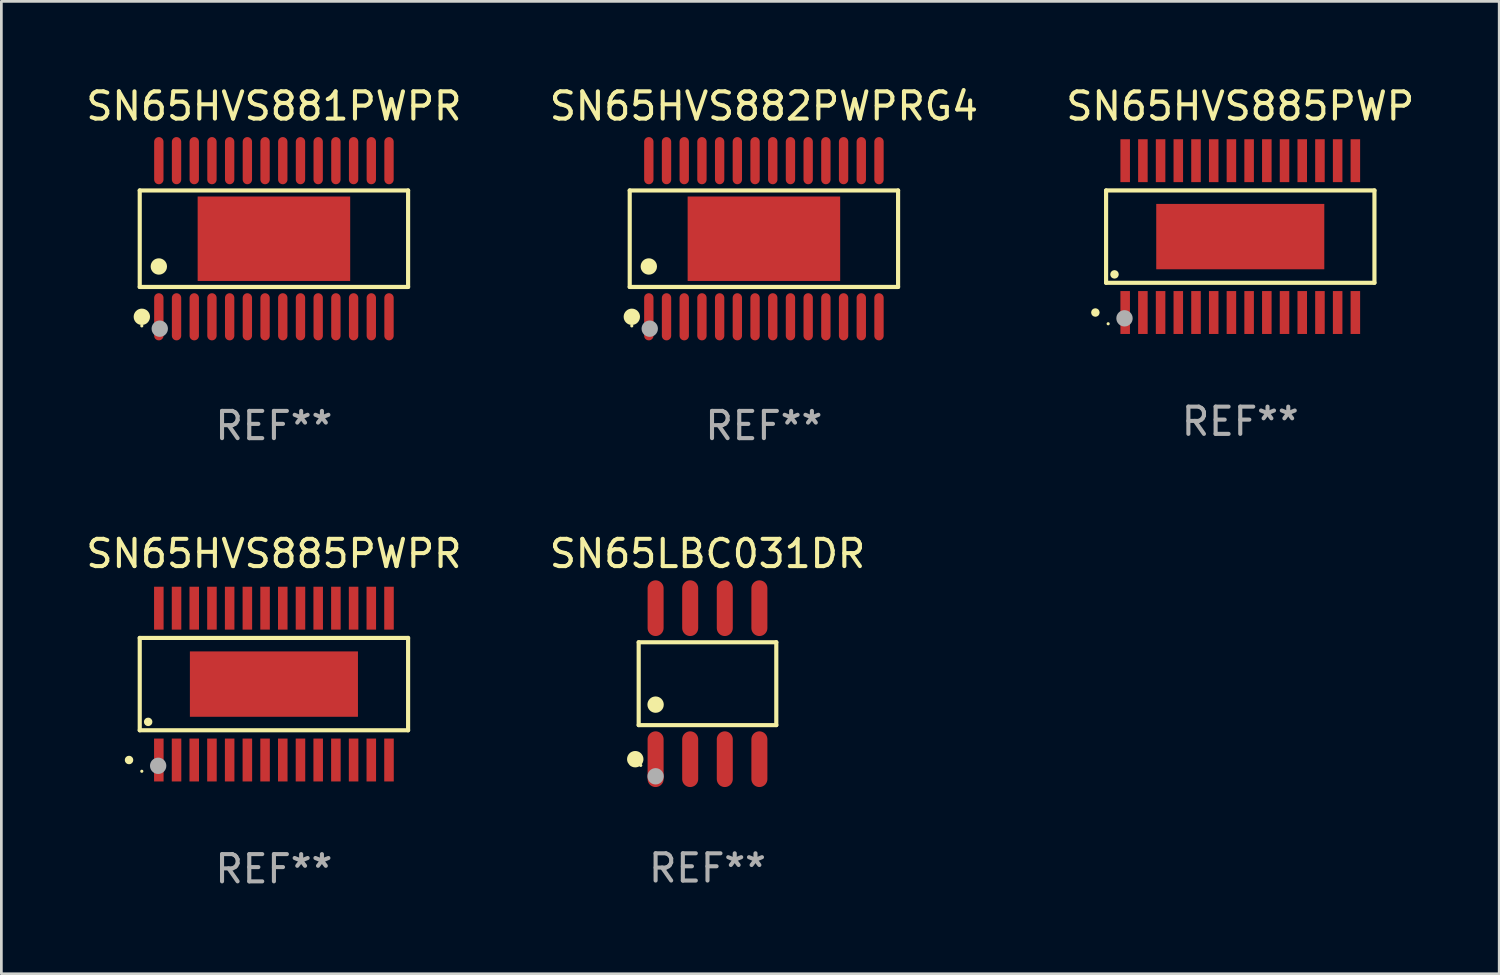
<source format=kicad_pcb>
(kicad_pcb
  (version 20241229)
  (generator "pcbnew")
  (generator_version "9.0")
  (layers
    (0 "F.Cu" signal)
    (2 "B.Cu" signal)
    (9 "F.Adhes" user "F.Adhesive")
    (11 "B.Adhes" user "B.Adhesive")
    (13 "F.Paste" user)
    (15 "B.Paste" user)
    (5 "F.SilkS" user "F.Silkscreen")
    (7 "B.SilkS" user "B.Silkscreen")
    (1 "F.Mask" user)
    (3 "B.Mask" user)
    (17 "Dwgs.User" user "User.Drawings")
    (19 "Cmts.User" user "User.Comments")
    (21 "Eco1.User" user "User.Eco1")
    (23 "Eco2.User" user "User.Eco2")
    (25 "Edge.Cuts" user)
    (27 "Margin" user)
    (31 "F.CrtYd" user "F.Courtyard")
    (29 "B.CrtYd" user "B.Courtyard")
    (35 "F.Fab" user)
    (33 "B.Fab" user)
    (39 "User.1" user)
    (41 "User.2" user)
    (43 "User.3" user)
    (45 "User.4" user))
  (footprint "SN65LBC031DR"
    (layer "F.Cu")
    (at 22.923 22.049)
    (property "Reference" "SN65LBC031DR" (at 0 -4.772 0) (layer "F.SilkS") (effects (font (size 1 1) (thickness 0.15))))
    (attr through_hole)
    (fp_line (start -2.526 -1.521) (end 2.526 -1.521) (stroke (width 0.152) (type solid)) (layer "F.SilkS"))
    (fp_line (start -2.526 1.521) (end -2.526 -1.521) (stroke (width 0.152) (type solid)) (layer "F.SilkS"))
    (fp_line (start 2.526 -1.521) (end 2.526 1.521) (stroke (width 0.152) (type solid)) (layer "F.SilkS"))
    (fp_line (start 2.526 1.521) (end -2.526 1.521) (stroke (width 0.152) (type solid)) (layer "F.SilkS"))
    (fp_circle (center -2.652 2.772) (end -2.501 2.772) (stroke (width 0.3) (type solid)) (fill no) (layer "F.SilkS"))
    (fp_circle (center -2.45 3) (end -2.42 3) (stroke (width 0.06) (type solid)) (fill no) (layer "F.SilkS"))
    (fp_circle (center -1.905 0.769) (end -1.755 0.769) (stroke (width 0.3) (type solid)) (fill no) (layer "F.SilkS"))
    (fp_circle (center -1.905 3.4) (end -1.755 3.4) (stroke (width 0.3) (type solid)) (fill no) (layer "F.Fab"))
    (fp_text user "REF**" (at 0 6.772 0) (layer "F.Fab") (effects (font (size 1 1) (thickness 0.15))))
    (pad "1" smd oval (at -1.905 2.772) (size 0.588 2.045) (layers "F.Cu" "F.Mask" "F.Paste"))
    (pad "2" smd oval (at -0.635 2.772) (size 0.588 2.045) (layers "F.Cu" "F.Mask" "F.Paste"))
    (pad "3" smd oval (at 0.635 2.772) (size 0.588 2.045) (layers "F.Cu" "F.Mask" "F.Paste"))
    (pad "4" smd oval (at 1.905 2.772) (size 0.588 2.045) (layers "F.Cu" "F.Mask" "F.Paste"))
    (pad "5" smd oval (at 1.905 -2.772) (size 0.588 2.045) (layers "F.Cu" "F.Mask" "F.Paste"))
    (pad "6" smd oval (at 0.635 -2.772) (size 0.588 2.045) (layers "F.Cu" "F.Mask" "F.Paste"))
    (pad "7" smd oval (at -0.635 -2.772) (size 0.588 2.045) (layers "F.Cu" "F.Mask" "F.Paste"))
    (pad "8" smd oval (at -1.905 -2.772) (size 0.588 2.045) (layers "F.Cu" "F.Mask" "F.Paste")))
  (footprint "SN65HVS882PWPRG4"
    (layer "F.Cu")
    (at 24.994 5.714)
    (property "Reference" "SN65HVS882PWPRG4" (at 0 -4.866 0) (layer "F.SilkS") (effects (font (size 1 1) (thickness 0.15))))
    (attr through_hole)
    (fp_line (start -4.926 -1.772) (end 4.926 -1.772) (stroke (width 0.152) (type solid)) (layer "F.SilkS"))
    (fp_line (start -4.926 1.771) (end -4.926 -1.772) (stroke (width 0.152) (type solid)) (layer "F.SilkS"))
    (fp_line (start 4.926 -1.772) (end 4.926 1.771) (stroke (width 0.152) (type solid)) (layer "F.SilkS"))
    (fp_line (start 4.926 1.771) (end -4.926 1.771) (stroke (width 0.152) (type solid)) (layer "F.SilkS"))
    (fp_circle (center -4.85 3.2) (end -4.82 3.2) (stroke (width 0.06) (type solid)) (fill no) (layer "F.SilkS"))
    (fp_circle (center -4.849 2.866) (end -4.699 2.866) (stroke (width 0.3) (type solid)) (fill no) (layer "F.SilkS"))
    (fp_circle (center -4.225 1.019) (end -4.075 1.019) (stroke (width 0.3) (type solid)) (fill no) (layer "F.SilkS"))
    (fp_circle (center -4.191 3.302) (end -4.041 3.302) (stroke (width 0.3) (type solid)) (fill no) (layer "F.Fab"))
    (fp_text user "REF**" (at 0 6.866 0) (layer "F.Fab") (effects (font (size 1 1) (thickness 0.15))))
    (pad "1" smd oval (at -4.225 2.866) (size 0.343 1.731) (layers "F.Cu" "F.Mask" "F.Paste"))
    (pad "2" smd oval (at -3.575 2.866) (size 0.343 1.731) (layers "F.Cu" "F.Mask" "F.Paste"))
    (pad "3" smd oval (at -2.925 2.866) (size 0.343 1.731) (layers "F.Cu" "F.Mask" "F.Paste"))
    (pad "4" smd oval (at -2.275 2.866) (size 0.343 1.731) (layers "F.Cu" "F.Mask" "F.Paste"))
    (pad "5" smd oval (at -1.625 2.866) (size 0.343 1.731) (layers "F.Cu" "F.Mask" "F.Paste"))
    (pad "6" smd oval (at -0.975 2.866) (size 0.343 1.731) (layers "F.Cu" "F.Mask" "F.Paste"))
    (pad "7" smd oval (at -0.325 2.866) (size 0.343 1.731) (layers "F.Cu" "F.Mask" "F.Paste"))
    (pad "8" smd oval (at 0.325 2.866) (size 0.343 1.731) (layers "F.Cu" "F.Mask" "F.Paste"))
    (pad "9" smd oval (at 0.975 2.866) (size 0.343 1.731) (layers "F.Cu" "F.Mask" "F.Paste"))
    (pad "10" smd oval (at 1.625 2.866) (size 0.343 1.731) (layers "F.Cu" "F.Mask" "F.Paste"))
    (pad "11" smd oval (at 2.275 2.866) (size 0.343 1.731) (layers "F.Cu" "F.Mask" "F.Paste"))
    (pad "12" smd oval (at 2.925 2.866) (size 0.343 1.731) (layers "F.Cu" "F.Mask" "F.Paste"))
    (pad "13" smd oval (at 3.575 2.866) (size 0.343 1.731) (layers "F.Cu" "F.Mask" "F.Paste"))
    (pad "14" smd oval (at 4.225 2.866) (size 0.343 1.731) (layers "F.Cu" "F.Mask" "F.Paste"))
    (pad "15" smd oval (at 4.225 -2.866) (size 0.343 1.731) (layers "F.Cu" "F.Mask" "F.Paste"))
    (pad "16" smd oval (at 3.575 -2.866) (size 0.343 1.731) (layers "F.Cu" "F.Mask" "F.Paste"))
    (pad "17" smd oval (at 2.925 -2.866) (size 0.343 1.731) (layers "F.Cu" "F.Mask" "F.Paste"))
    (pad "18" smd oval (at 2.275 -2.866) (size 0.343 1.731) (layers "F.Cu" "F.Mask" "F.Paste"))
    (pad "19" smd oval (at 1.625 -2.866) (size 0.343 1.731) (layers "F.Cu" "F.Mask" "F.Paste"))
    (pad "20" smd oval (at 0.975 -2.866) (size 0.343 1.731) (layers "F.Cu" "F.Mask" "F.Paste"))
    (pad "21" smd oval (at 0.325 -2.866) (size 0.343 1.731) (layers "F.Cu" "F.Mask" "F.Paste"))
    (pad "22" smd oval (at -0.325 -2.866) (size 0.343 1.731) (layers "F.Cu" "F.Mask" "F.Paste"))
    (pad "23" smd oval (at -0.975 -2.866) (size 0.343 1.731) (layers "F.Cu" "F.Mask" "F.Paste"))
    (pad "24" smd oval (at -1.625 -2.866) (size 0.343 1.731) (layers "F.Cu" "F.Mask" "F.Paste"))
    (pad "25" smd oval (at -2.275 -2.866) (size 0.343 1.731) (layers "F.Cu" "F.Mask" "F.Paste"))
    (pad "26" smd oval (at -2.925 -2.866) (size 0.343 1.731) (layers "F.Cu" "F.Mask" "F.Paste"))
    (pad "27" smd oval (at -3.575 -2.866) (size 0.343 1.731) (layers "F.Cu" "F.Mask" "F.Paste"))
    (pad "28" smd oval (at -4.225 -2.866) (size 0.343 1.731) (layers "F.Cu" "F.Mask" "F.Paste"))
    (pad "29" smd rect (at 0 0.000127) (size 5.6 3.1) (layers "F.Cu" "F.Mask" "F.Paste")))
  (footprint "SN65HVS885PWP"
    (layer "F.Cu")
    (at 42.482 5.636)
    (property "Reference" "SN65HVS885PWP" (at 0 -4.787 0) (layer "F.SilkS") (effects (font (size 1 1) (thickness 0.15))))
    (attr through_hole)
    (fp_line (start -4.926 -1.695) (end 4.926 -1.695) (stroke (width 0.152) (type solid)) (layer "F.SilkS"))
    (fp_line (start -4.926 1.695) (end -4.926 -1.695) (stroke (width 0.152) (type solid)) (layer "F.SilkS"))
    (fp_line (start 4.926 -1.695) (end 4.926 1.695) (stroke (width 0.152) (type solid)) (layer "F.SilkS"))
    (fp_line (start 4.926 1.695) (end -4.926 1.695) (stroke (width 0.152) (type solid)) (layer "F.SilkS"))
    (fp_circle (center -5.319 2.787) (end -5.241 2.787) (stroke (width 0.156) (type solid)) (fill no) (layer "F.SilkS"))
    (fp_circle (center -4.85 3.2) (end -4.82 3.2) (stroke (width 0.06) (type solid)) (fill no) (layer "F.SilkS"))
    (fp_circle (center -4.617 1.387) (end -4.539 1.387) (stroke (width 0.156) (type solid)) (fill no) (layer "F.SilkS"))
    (fp_circle (center -4.25 3) (end -4.1 3) (stroke (width 0.3) (type solid)) (fill no) (layer "F.Fab"))
    (fp_text user "REF**" (at 0 6.787 0) (layer "F.Fab") (effects (font (size 1 1) (thickness 0.15))))
    (pad "1" smd rect (at -4.225 2.787) (size 0.35 1.575) (layers "F.Cu" "F.Mask" "F.Paste"))
    (pad "2" smd rect (at -3.575 2.787) (size 0.35 1.575) (layers "F.Cu" "F.Mask" "F.Paste"))
    (pad "3" smd rect (at -2.925 2.787) (size 0.35 1.575) (layers "F.Cu" "F.Mask" "F.Paste"))
    (pad "4" smd rect (at -2.275 2.787) (size 0.35 1.575) (layers "F.Cu" "F.Mask" "F.Paste"))
    (pad "5" smd rect (at -1.625 2.787) (size 0.35 1.575) (layers "F.Cu" "F.Mask" "F.Paste"))
    (pad "6" smd rect (at -0.975 2.787) (size 0.35 1.575) (layers "F.Cu" "F.Mask" "F.Paste"))
    (pad "7" smd rect (at -0.325 2.787) (size 0.35 1.575) (layers "F.Cu" "F.Mask" "F.Paste"))
    (pad "8" smd rect (at 0.325 2.787) (size 0.35 1.575) (layers "F.Cu" "F.Mask" "F.Paste"))
    (pad "9" smd rect (at 0.975 2.787) (size 0.35 1.575) (layers "F.Cu" "F.Mask" "F.Paste"))
    (pad "10" smd rect (at 1.625 2.787) (size 0.35 1.575) (layers "F.Cu" "F.Mask" "F.Paste"))
    (pad "11" smd rect (at 2.275 2.787) (size 0.35 1.575) (layers "F.Cu" "F.Mask" "F.Paste"))
    (pad "12" smd rect (at 2.925 2.787) (size 0.35 1.575) (layers "F.Cu" "F.Mask" "F.Paste"))
    (pad "13" smd rect (at 3.575 2.787) (size 0.35 1.575) (layers "F.Cu" "F.Mask" "F.Paste"))
    (pad "14" smd rect (at 4.225 2.787) (size 0.35 1.575) (layers "F.Cu" "F.Mask" "F.Paste"))
    (pad "15" smd rect (at 4.225 -2.787) (size 0.35 1.575) (layers "F.Cu" "F.Mask" "F.Paste"))
    (pad "16" smd rect (at 3.575 -2.787) (size 0.35 1.575) (layers "F.Cu" "F.Mask" "F.Paste"))
    (pad "17" smd rect (at 2.925 -2.787) (size 0.35 1.575) (layers "F.Cu" "F.Mask" "F.Paste"))
    (pad "18" smd rect (at 2.275 -2.787) (size 0.35 1.575) (layers "F.Cu" "F.Mask" "F.Paste"))
    (pad "19" smd rect (at 1.625 -2.787) (size 0.35 1.575) (layers "F.Cu" "F.Mask" "F.Paste"))
    (pad "20" smd rect (at 0.975 -2.787) (size 0.35 1.575) (layers "F.Cu" "F.Mask" "F.Paste"))
    (pad "21" smd rect (at 0.325 -2.787) (size 0.35 1.575) (layers "F.Cu" "F.Mask" "F.Paste"))
    (pad "22" smd rect (at -0.325 -2.787) (size 0.35 1.575) (layers "F.Cu" "F.Mask" "F.Paste"))
    (pad "23" smd rect (at -0.975 -2.787) (size 0.35 1.575) (layers "F.Cu" "F.Mask" "F.Paste"))
    (pad "24" smd rect (at -1.625 -2.787) (size 0.35 1.575) (layers "F.Cu" "F.Mask" "F.Paste"))
    (pad "25" smd rect (at -2.275 -2.787) (size 0.35 1.575) (layers "F.Cu" "F.Mask" "F.Paste"))
    (pad "26" smd rect (at -2.925 -2.787) (size 0.35 1.575) (layers "F.Cu" "F.Mask" "F.Paste"))
    (pad "27" smd rect (at -3.575 -2.787) (size 0.35 1.575) (layers "F.Cu" "F.Mask" "F.Paste"))
    (pad "28" smd rect (at -4.225 -2.787) (size 0.35 1.575) (layers "F.Cu" "F.Mask" "F.Paste"))
    (pad "29" smd rect (at -0.000013 0) (size 6.17 2.4) (layers "F.Cu" "F.Mask" "F.Paste")))
  (footprint "SN65HVS881PWPR"
    (layer "F.Cu")
    (at 7.006 5.714)
    (property "Reference" "SN65HVS881PWPR" (at 0 -4.866 0) (layer "F.SilkS") (effects (font (size 1 1) (thickness 0.15))))
    (attr through_hole)
    (fp_line (start -4.926 -1.772) (end 4.926 -1.772) (stroke (width 0.152) (type solid)) (layer "F.SilkS"))
    (fp_line (start -4.926 1.771) (end -4.926 -1.772) (stroke (width 0.152) (type solid)) (layer "F.SilkS"))
    (fp_line (start 4.926 -1.772) (end 4.926 1.771) (stroke (width 0.152) (type solid)) (layer "F.SilkS"))
    (fp_line (start 4.926 1.771) (end -4.926 1.771) (stroke (width 0.152) (type solid)) (layer "F.SilkS"))
    (fp_circle (center -4.85 3.2) (end -4.82 3.2) (stroke (width 0.06) (type solid)) (fill no) (layer "F.SilkS"))
    (fp_circle (center -4.849 2.866) (end -4.699 2.866) (stroke (width 0.3) (type solid)) (fill no) (layer "F.SilkS"))
    (fp_circle (center -4.225 1.019) (end -4.075 1.019) (stroke (width 0.3) (type solid)) (fill no) (layer "F.SilkS"))
    (fp_circle (center -4.191 3.302) (end -4.041 3.302) (stroke (width 0.3) (type solid)) (fill no) (layer "F.Fab"))
    (fp_text user "REF**" (at 0 6.866 0) (layer "F.Fab") (effects (font (size 1 1) (thickness 0.15))))
    (pad "1" smd oval (at -4.225 2.866) (size 0.343 1.731) (layers "F.Cu" "F.Mask" "F.Paste"))
    (pad "2" smd oval (at -3.575 2.866) (size 0.343 1.731) (layers "F.Cu" "F.Mask" "F.Paste"))
    (pad "3" smd oval (at -2.925 2.866) (size 0.343 1.731) (layers "F.Cu" "F.Mask" "F.Paste"))
    (pad "4" smd oval (at -2.275 2.866) (size 0.343 1.731) (layers "F.Cu" "F.Mask" "F.Paste"))
    (pad "5" smd oval (at -1.625 2.866) (size 0.343 1.731) (layers "F.Cu" "F.Mask" "F.Paste"))
    (pad "6" smd oval (at -0.975 2.866) (size 0.343 1.731) (layers "F.Cu" "F.Mask" "F.Paste"))
    (pad "7" smd oval (at -0.325 2.866) (size 0.343 1.731) (layers "F.Cu" "F.Mask" "F.Paste"))
    (pad "8" smd oval (at 0.325 2.866) (size 0.343 1.731) (layers "F.Cu" "F.Mask" "F.Paste"))
    (pad "9" smd oval (at 0.975 2.866) (size 0.343 1.731) (layers "F.Cu" "F.Mask" "F.Paste"))
    (pad "10" smd oval (at 1.625 2.866) (size 0.343 1.731) (layers "F.Cu" "F.Mask" "F.Paste"))
    (pad "11" smd oval (at 2.275 2.866) (size 0.343 1.731) (layers "F.Cu" "F.Mask" "F.Paste"))
    (pad "12" smd oval (at 2.925 2.866) (size 0.343 1.731) (layers "F.Cu" "F.Mask" "F.Paste"))
    (pad "13" smd oval (at 3.575 2.866) (size 0.343 1.731) (layers "F.Cu" "F.Mask" "F.Paste"))
    (pad "14" smd oval (at 4.225 2.866) (size 0.343 1.731) (layers "F.Cu" "F.Mask" "F.Paste"))
    (pad "15" smd oval (at 4.225 -2.866) (size 0.343 1.731) (layers "F.Cu" "F.Mask" "F.Paste"))
    (pad "16" smd oval (at 3.575 -2.866) (size 0.343 1.731) (layers "F.Cu" "F.Mask" "F.Paste"))
    (pad "17" smd oval (at 2.925 -2.866) (size 0.343 1.731) (layers "F.Cu" "F.Mask" "F.Paste"))
    (pad "18" smd oval (at 2.275 -2.866) (size 0.343 1.731) (layers "F.Cu" "F.Mask" "F.Paste"))
    (pad "19" smd oval (at 1.625 -2.866) (size 0.343 1.731) (layers "F.Cu" "F.Mask" "F.Paste"))
    (pad "20" smd oval (at 0.975 -2.866) (size 0.343 1.731) (layers "F.Cu" "F.Mask" "F.Paste"))
    (pad "21" smd oval (at 0.325 -2.866) (size 0.343 1.731) (layers "F.Cu" "F.Mask" "F.Paste"))
    (pad "22" smd oval (at -0.325 -2.866) (size 0.343 1.731) (layers "F.Cu" "F.Mask" "F.Paste"))
    (pad "23" smd oval (at -0.975 -2.866) (size 0.343 1.731) (layers "F.Cu" "F.Mask" "F.Paste"))
    (pad "24" smd oval (at -1.625 -2.866) (size 0.343 1.731) (layers "F.Cu" "F.Mask" "F.Paste"))
    (pad "25" smd oval (at -2.275 -2.866) (size 0.343 1.731) (layers "F.Cu" "F.Mask" "F.Paste"))
    (pad "26" smd oval (at -2.925 -2.866) (size 0.343 1.731) (layers "F.Cu" "F.Mask" "F.Paste"))
    (pad "27" smd oval (at -3.575 -2.866) (size 0.343 1.731) (layers "F.Cu" "F.Mask" "F.Paste"))
    (pad "28" smd oval (at -4.225 -2.866) (size 0.343 1.731) (layers "F.Cu" "F.Mask" "F.Paste"))
    (pad "29" smd rect (at 0 0.000127) (size 5.6 3.1) (layers "F.Cu" "F.Mask" "F.Paste")))
  (footprint "SN65HVS885PWPR"
    (layer "F.Cu")
    (at 7.006 22.064)
    (property "Reference" "SN65HVS885PWPR" (at 0 -4.787 0) (layer "F.SilkS") (effects (font (size 1 1) (thickness 0.15))))
    (attr through_hole)
    (fp_line (start -4.926 -1.695) (end 4.926 -1.695) (stroke (width 0.152) (type solid)) (layer "F.SilkS"))
    (fp_line (start -4.926 1.695) (end -4.926 -1.695) (stroke (width 0.152) (type solid)) (layer "F.SilkS"))
    (fp_line (start 4.926 -1.695) (end 4.926 1.695) (stroke (width 0.152) (type solid)) (layer "F.SilkS"))
    (fp_line (start 4.926 1.695) (end -4.926 1.695) (stroke (width 0.152) (type solid)) (layer "F.SilkS"))
    (fp_circle (center -5.319 2.787) (end -5.241 2.787) (stroke (width 0.156) (type solid)) (fill no) (layer "F.SilkS"))
    (fp_circle (center -4.85 3.2) (end -4.82 3.2) (stroke (width 0.06) (type solid)) (fill no) (layer "F.SilkS"))
    (fp_circle (center -4.617 1.387) (end -4.539 1.387) (stroke (width 0.156) (type solid)) (fill no) (layer "F.SilkS"))
    (fp_circle (center -4.25 3) (end -4.1 3) (stroke (width 0.3) (type solid)) (fill no) (layer "F.Fab"))
    (fp_text user "REF**" (at 0 6.787 0) (layer "F.Fab") (effects (font (size 1 1) (thickness 0.15))))
    (pad "1" smd rect (at -4.225 2.787) (size 0.35 1.575) (layers "F.Cu" "F.Mask" "F.Paste"))
    (pad "2" smd rect (at -3.575 2.787) (size 0.35 1.575) (layers "F.Cu" "F.Mask" "F.Paste"))
    (pad "3" smd rect (at -2.925 2.787) (size 0.35 1.575) (layers "F.Cu" "F.Mask" "F.Paste"))
    (pad "4" smd rect (at -2.275 2.787) (size 0.35 1.575) (layers "F.Cu" "F.Mask" "F.Paste"))
    (pad "5" smd rect (at -1.625 2.787) (size 0.35 1.575) (layers "F.Cu" "F.Mask" "F.Paste"))
    (pad "6" smd rect (at -0.975 2.787) (size 0.35 1.575) (layers "F.Cu" "F.Mask" "F.Paste"))
    (pad "7" smd rect (at -0.325 2.787) (size 0.35 1.575) (layers "F.Cu" "F.Mask" "F.Paste"))
    (pad "8" smd rect (at 0.325 2.787) (size 0.35 1.575) (layers "F.Cu" "F.Mask" "F.Paste"))
    (pad "9" smd rect (at 0.975 2.787) (size 0.35 1.575) (layers "F.Cu" "F.Mask" "F.Paste"))
    (pad "10" smd rect (at 1.625 2.787) (size 0.35 1.575) (layers "F.Cu" "F.Mask" "F.Paste"))
    (pad "11" smd rect (at 2.275 2.787) (size 0.35 1.575) (layers "F.Cu" "F.Mask" "F.Paste"))
    (pad "12" smd rect (at 2.925 2.787) (size 0.35 1.575) (layers "F.Cu" "F.Mask" "F.Paste"))
    (pad "13" smd rect (at 3.575 2.787) (size 0.35 1.575) (layers "F.Cu" "F.Mask" "F.Paste"))
    (pad "14" smd rect (at 4.225 2.787) (size 0.35 1.575) (layers "F.Cu" "F.Mask" "F.Paste"))
    (pad "15" smd rect (at 4.225 -2.787) (size 0.35 1.575) (layers "F.Cu" "F.Mask" "F.Paste"))
    (pad "16" smd rect (at 3.575 -2.787) (size 0.35 1.575) (layers "F.Cu" "F.Mask" "F.Paste"))
    (pad "17" smd rect (at 2.925 -2.787) (size 0.35 1.575) (layers "F.Cu" "F.Mask" "F.Paste"))
    (pad "18" smd rect (at 2.275 -2.787) (size 0.35 1.575) (layers "F.Cu" "F.Mask" "F.Paste"))
    (pad "19" smd rect (at 1.625 -2.787) (size 0.35 1.575) (layers "F.Cu" "F.Mask" "F.Paste"))
    (pad "20" smd rect (at 0.975 -2.787) (size 0.35 1.575) (layers "F.Cu" "F.Mask" "F.Paste"))
    (pad "21" smd rect (at 0.325 -2.787) (size 0.35 1.575) (layers "F.Cu" "F.Mask" "F.Paste"))
    (pad "22" smd rect (at -0.325 -2.787) (size 0.35 1.575) (layers "F.Cu" "F.Mask" "F.Paste"))
    (pad "23" smd rect (at -0.975 -2.787) (size 0.35 1.575) (layers "F.Cu" "F.Mask" "F.Paste"))
    (pad "24" smd rect (at -1.625 -2.787) (size 0.35 1.575) (layers "F.Cu" "F.Mask" "F.Paste"))
    (pad "25" smd rect (at -2.275 -2.787) (size 0.35 1.575) (layers "F.Cu" "F.Mask" "F.Paste"))
    (pad "26" smd rect (at -2.925 -2.787) (size 0.35 1.575) (layers "F.Cu" "F.Mask" "F.Paste"))
    (pad "27" smd rect (at -3.575 -2.787) (size 0.35 1.575) (layers "F.Cu" "F.Mask" "F.Paste"))
    (pad "28" smd rect (at -4.225 -2.787) (size 0.35 1.575) (layers "F.Cu" "F.Mask" "F.Paste"))
    (pad "29" smd rect (at -0.000013 0) (size 6.17 2.4) (layers "F.Cu" "F.Mask" "F.Paste")))
  (gr_rect
    (start -3 -3)
    (end 51.988 32.699)
    (stroke (width 0.1) (type default))
    (fill no)
    (layer "Edge.Cuts")))
</source>
